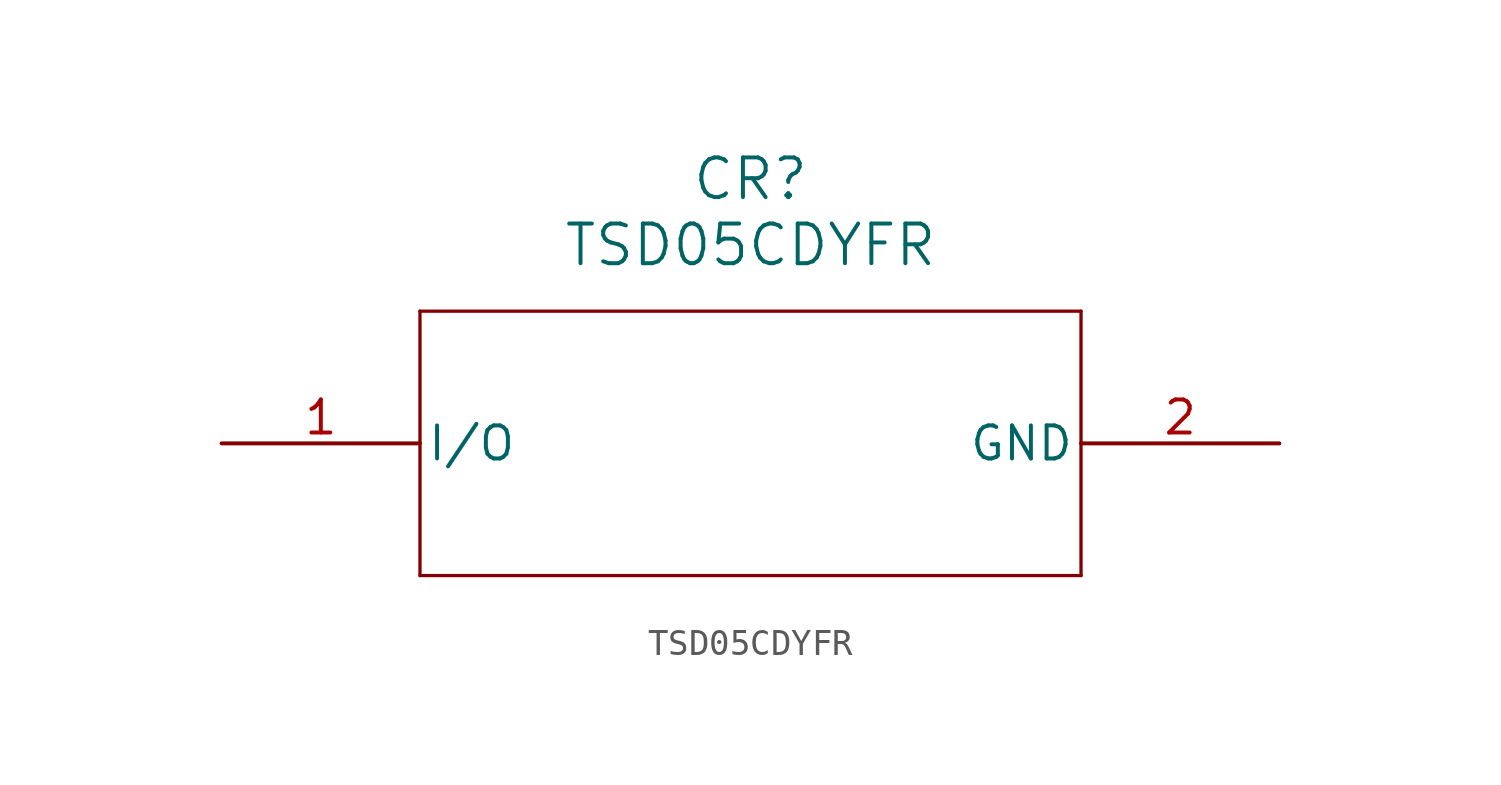
<source format=kicad_sym>
(kicad_symbol_lib
  (version 20211014)
  (generator kicad_symbol_editor)
  (symbol "TSD05CDYFR"
    (pin_names
      (offset 0.254))
    (property "Reference" "CR"
      (at 20.32 10.16 0)
      (effects (font (size 1.524 1.524))))
    (property "Value" "TSD05CDYFR"
      (at 20.32 7.62 0)
      (effects (font (size 1.524 1.524))))
    (symbol "TSD05CDYFR_0_1"
      (polyline (pts (xy 7.62 5.08) (xy 7.62 -5.08)) (stroke (width 0.127) (type default) (color 0 0 0 0)) (fill (type none)))
      (polyline (pts (xy 7.62 -5.08) (xy 33.02 -5.08)) (stroke (width 0.127) (type default) (color 0 0 0 0)) (fill (type none)))
      (polyline (pts (xy 33.02 -5.08) (xy 33.02 5.08)) (stroke (width 0.127) (type default) (color 0 0 0 0)) (fill (type none)))
      (polyline (pts (xy 33.02 5.08) (xy 7.62 5.08)) (stroke (width 0.127) (type default) (color 0 0 0 0)) (fill (type none)))
      (pin unspecified line (at 0 0 0) (length 7.62) (name "I/O" (effects (font (size 1.27 1.27)))) (number "1" (effects (font (size 1.27 1.27)))))
      (pin unspecified line (at 40.64 0 180) (length 7.62) (name "GND" (effects (font (size 1.27 1.27)))) (number "2" (effects (font (size 1.27 1.27))))))))
</source>
